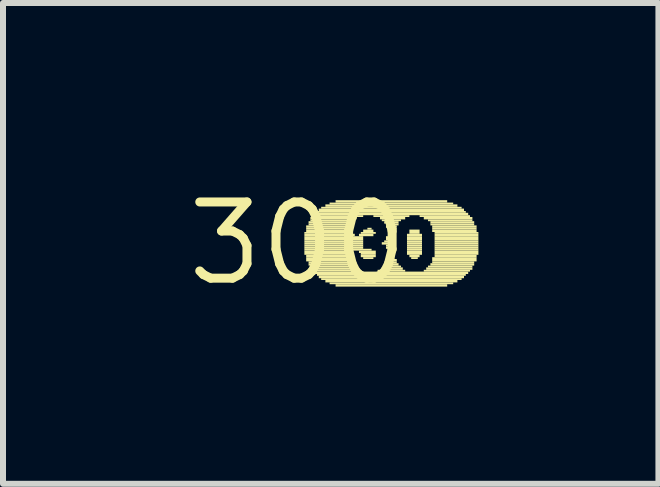
<source format=kicad_pcb>
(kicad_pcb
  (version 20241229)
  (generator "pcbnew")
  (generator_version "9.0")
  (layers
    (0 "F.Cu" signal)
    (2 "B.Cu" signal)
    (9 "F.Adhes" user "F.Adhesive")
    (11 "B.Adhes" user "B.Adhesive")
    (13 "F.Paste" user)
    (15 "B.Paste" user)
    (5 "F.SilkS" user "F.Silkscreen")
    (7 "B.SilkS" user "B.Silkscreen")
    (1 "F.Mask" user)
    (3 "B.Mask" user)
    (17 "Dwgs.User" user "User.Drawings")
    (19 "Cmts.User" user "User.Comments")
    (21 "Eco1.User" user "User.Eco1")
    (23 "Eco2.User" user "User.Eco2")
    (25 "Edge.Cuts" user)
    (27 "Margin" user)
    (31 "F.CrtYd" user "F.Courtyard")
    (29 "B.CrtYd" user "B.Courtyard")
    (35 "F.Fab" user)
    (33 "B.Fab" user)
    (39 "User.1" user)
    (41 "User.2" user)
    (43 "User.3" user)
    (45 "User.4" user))
  (footprint "300"
    (layer "F.Cu")
    (at 1.912 1.006)
    (property "Reference" "300" (at 0 0 0) (layer "F.SilkS") (effects (font (size 1.27 1.27) (thickness 0.15))))
    (fp_poly (pts (xy 0.11 -0.16) (xy 0.88 -0.16) (xy 0.88 -0.19) (xy 0.11 -0.19)) (stroke (width 0) (type solid)) (fill yes) (layer "F.SilkS"))
    (fp_poly (pts (xy 0.11 -0.12) (xy 0.95 -0.12) (xy 0.95 -0.16) (xy 0.11 -0.16)) (stroke (width 0) (type solid)) (fill yes) (layer "F.SilkS"))
    (fp_poly (pts (xy 0.11 -0.09) (xy 1.09 -0.09) (xy 1.09 -0.12) (xy 0.11 -0.12)) (stroke (width 0) (type solid)) (fill yes) (layer "F.SilkS"))
    (fp_poly (pts (xy 0.11 -0.05) (xy 1.09 -0.05) (xy 1.09 -0.09) (xy 0.11 -0.09)) (stroke (width 0) (type solid)) (fill yes) (layer "F.SilkS"))
    (fp_poly (pts (xy 0.11 -0.02) (xy 1.09 -0.02) (xy 1.09 -0.05) (xy 0.11 -0.05)) (stroke (width 0) (type solid)) (fill yes) (layer "F.SilkS"))
    (fp_poly (pts (xy 0.11 0.02) (xy 1.09 0.02) (xy 1.09 -0.02) (xy 0.11 -0.02)) (stroke (width 0) (type solid)) (fill yes) (layer "F.SilkS"))
    (fp_poly (pts (xy 0.11 0.05) (xy 1.09 0.05) (xy 1.09 0.02) (xy 0.11 0.02)) (stroke (width 0) (type solid)) (fill yes) (layer "F.SilkS"))
    (fp_poly (pts (xy 0.11 0.09) (xy 1.09 0.09) (xy 1.09 0.05) (xy 0.11 0.05)) (stroke (width 0) (type solid)) (fill yes) (layer "F.SilkS"))
    (fp_poly (pts (xy 0.11 0.12) (xy 1.23 0.12) (xy 1.23 0.09) (xy 0.11 0.09)) (stroke (width 0) (type solid)) (fill yes) (layer "F.SilkS"))
    (fp_poly (pts (xy 0.11 0.16) (xy 0.88 0.16) (xy 0.88 0.12) (xy 0.11 0.12)) (stroke (width 0) (type solid)) (fill yes) (layer "F.SilkS"))
    (fp_poly (pts (xy 0.11 0.19) (xy 0.84 0.19) (xy 0.84 0.16) (xy 0.11 0.16)) (stroke (width 0) (type solid)) (fill yes) (layer "F.SilkS"))
    (fp_poly (pts (xy 0.14 -0.26) (xy 0.88 -0.26) (xy 0.88 -0.3) (xy 0.14 -0.3)) (stroke (width 0) (type solid)) (fill yes) (layer "F.SilkS"))
    (fp_poly (pts (xy 0.14 -0.23) (xy 0.88 -0.23) (xy 0.88 -0.26) (xy 0.14 -0.26)) (stroke (width 0) (type solid)) (fill yes) (layer "F.SilkS"))
    (fp_poly (pts (xy 0.14 -0.19) (xy 0.88 -0.19) (xy 0.88 -0.23) (xy 0.14 -0.23)) (stroke (width 0) (type solid)) (fill yes) (layer "F.SilkS"))
    (fp_poly (pts (xy 0.14 0.23) (xy 0.84 0.23) (xy 0.84 0.19) (xy 0.14 0.19)) (stroke (width 0) (type solid)) (fill yes) (layer "F.SilkS"))
    (fp_poly (pts (xy 0.14 0.26) (xy 0.84 0.26) (xy 0.84 0.23) (xy 0.14 0.23)) (stroke (width 0) (type solid)) (fill yes) (layer "F.SilkS"))
    (fp_poly (pts (xy 0.14 0.3) (xy 0.84 0.3) (xy 0.84 0.26) (xy 0.14 0.26)) (stroke (width 0) (type solid)) (fill yes) (layer "F.SilkS"))
    (fp_poly (pts (xy 0.18 -0.33) (xy 0.91 -0.33) (xy 0.91 -0.37) (xy 0.18 -0.37)) (stroke (width 0) (type solid)) (fill yes) (layer "F.SilkS"))
    (fp_poly (pts (xy 0.18 -0.3) (xy 0.88 -0.3) (xy 0.88 -0.33) (xy 0.18 -0.33)) (stroke (width 0) (type solid)) (fill yes) (layer "F.SilkS"))
    (fp_poly (pts (xy 0.18 0.33) (xy 0.84 0.33) (xy 0.84 0.3) (xy 0.18 0.3)) (stroke (width 0) (type solid)) (fill yes) (layer "F.SilkS"))
    (fp_poly (pts (xy 0.18 0.37) (xy 0.88 0.37) (xy 0.88 0.33) (xy 0.18 0.33)) (stroke (width 0) (type solid)) (fill yes) (layer "F.SilkS"))
    (fp_poly (pts (xy 0.21 -0.4) (xy 0.98 -0.4) (xy 0.98 -0.44) (xy 0.21 -0.44)) (stroke (width 0) (type solid)) (fill yes) (layer "F.SilkS"))
    (fp_poly (pts (xy 0.21 -0.37) (xy 0.95 -0.37) (xy 0.95 -0.4) (xy 0.21 -0.4)) (stroke (width 0) (type solid)) (fill yes) (layer "F.SilkS"))
    (fp_poly (pts (xy 0.21 0.4) (xy 0.91 0.4) (xy 0.91 0.37) (xy 0.21 0.37)) (stroke (width 0) (type solid)) (fill yes) (layer "F.SilkS"))
    (fp_poly (pts (xy 0.21 0.44) (xy 0.95 0.44) (xy 0.95 0.4) (xy 0.21 0.4)) (stroke (width 0) (type solid)) (fill yes) (layer "F.SilkS"))
    (fp_poly (pts (xy 0.25 -0.44) (xy 1.09 -0.44) (xy 1.09 -0.47) (xy 0.25 -0.47)) (stroke (width 0) (type solid)) (fill yes) (layer "F.SilkS"))
    (fp_poly (pts (xy 0.25 0.47) (xy 1.02 0.47) (xy 1.02 0.44) (xy 0.25 0.44)) (stroke (width 0) (type solid)) (fill yes) (layer "F.SilkS"))
    (fp_poly (pts (xy 0.28 -0.47) (xy 2.84 -0.47) (xy 2.84 -0.51) (xy 0.28 -0.51)) (stroke (width 0) (type solid)) (fill yes) (layer "F.SilkS"))
    (fp_poly (pts (xy 0.28 0.51) (xy 2.84 0.51) (xy 2.84 0.47) (xy 0.28 0.47)) (stroke (width 0) (type solid)) (fill yes) (layer "F.SilkS"))
    (fp_poly (pts (xy 0.32 -0.51) (xy 2.8 -0.51) (xy 2.8 -0.54) (xy 0.32 -0.54)) (stroke (width 0) (type solid)) (fill yes) (layer "F.SilkS"))
    (fp_poly (pts (xy 0.32 0.54) (xy 2.8 0.54) (xy 2.8 0.51) (xy 0.32 0.51)) (stroke (width 0) (type solid)) (fill yes) (layer "F.SilkS"))
    (fp_poly (pts (xy 0.35 -0.54) (xy 2.77 -0.54) (xy 2.77 -0.58) (xy 0.35 -0.58)) (stroke (width 0) (type solid)) (fill yes) (layer "F.SilkS"))
    (fp_poly (pts (xy 0.35 0.58) (xy 2.77 0.58) (xy 2.77 0.54) (xy 0.35 0.54)) (stroke (width 0) (type solid)) (fill yes) (layer "F.SilkS"))
    (fp_poly (pts (xy 0.39 -0.58) (xy 2.73 -0.58) (xy 2.73 -0.61) (xy 0.39 -0.61)) (stroke (width 0) (type solid)) (fill yes) (layer "F.SilkS"))
    (fp_poly (pts (xy 0.39 0.61) (xy 2.73 0.61) (xy 2.73 0.58) (xy 0.39 0.58)) (stroke (width 0) (type solid)) (fill yes) (layer "F.SilkS"))
    (fp_poly (pts (xy 0.46 -0.61) (xy 2.66 -0.61) (xy 2.66 -0.65) (xy 0.46 -0.65)) (stroke (width 0) (type solid)) (fill yes) (layer "F.SilkS"))
    (fp_poly (pts (xy 0.46 0.65) (xy 2.66 0.65) (xy 2.66 0.61) (xy 0.46 0.61)) (stroke (width 0) (type solid)) (fill yes) (layer "F.SilkS"))
    (fp_poly (pts (xy 0.53 -0.65) (xy 2.59 -0.65) (xy 2.59 -0.68) (xy 0.53 -0.68)) (stroke (width 0) (type solid)) (fill yes) (layer "F.SilkS"))
    (fp_poly (pts (xy 0.53 0.68) (xy 2.59 0.68) (xy 2.59 0.65) (xy 0.53 0.65)) (stroke (width 0) (type solid)) (fill yes) (layer "F.SilkS"))
    (fp_poly (pts (xy 0.63 -0.68) (xy 2.49 -0.68) (xy 2.49 -0.72) (xy 0.63 -0.72)) (stroke (width 0) (type solid)) (fill yes) (layer "F.SilkS"))
    (fp_poly (pts (xy 0.63 0.72) (xy 2.49 0.72) (xy 2.49 0.68) (xy 0.63 0.68)) (stroke (width 0) (type solid)) (fill yes) (layer "F.SilkS"))
    (fp_poly (pts (xy 1.02 -0.12) (xy 1.26 -0.12) (xy 1.26 -0.16) (xy 1.02 -0.16)) (stroke (width 0) (type solid)) (fill yes) (layer "F.SilkS"))
    (fp_poly (pts (xy 1.02 0.16) (xy 1.3 0.16) (xy 1.3 0.12) (xy 1.02 0.12)) (stroke (width 0) (type solid)) (fill yes) (layer "F.SilkS"))
    (fp_poly (pts (xy 1.05 -0.16) (xy 1.3 -0.16) (xy 1.3 -0.19) (xy 1.05 -0.19)) (stroke (width 0) (type solid)) (fill yes) (layer "F.SilkS"))
    (fp_poly (pts (xy 1.05 0.19) (xy 1.3 0.19) (xy 1.3 0.16) (xy 1.05 0.16)) (stroke (width 0) (type solid)) (fill yes) (layer "F.SilkS"))
    (fp_poly (pts (xy 1.05 0.23) (xy 1.3 0.23) (xy 1.3 0.19) (xy 1.05 0.19)) (stroke (width 0) (type solid)) (fill yes) (layer "F.SilkS"))
    (fp_poly (pts (xy 1.09 -0.19) (xy 1.26 -0.19) (xy 1.26 -0.23) (xy 1.09 -0.23)) (stroke (width 0) (type solid)) (fill yes) (layer "F.SilkS"))
    (fp_poly (pts (xy 1.09 0.26) (xy 1.26 0.26) (xy 1.26 0.23) (xy 1.09 0.23)) (stroke (width 0) (type solid)) (fill yes) (layer "F.SilkS"))
    (fp_poly (pts (xy 1.16 -0.23) (xy 1.23 -0.23) (xy 1.23 -0.26) (xy 1.16 -0.26)) (stroke (width 0) (type solid)) (fill yes) (layer "F.SilkS"))
    (fp_poly (pts (xy 1.26 -0.44) (xy 1.86 -0.44) (xy 1.86 -0.47) (xy 1.26 -0.47)) (stroke (width 0) (type solid)) (fill yes) (layer "F.SilkS"))
    (fp_poly (pts (xy 1.33 0.47) (xy 1.79 0.47) (xy 1.79 0.44) (xy 1.33 0.44)) (stroke (width 0) (type solid)) (fill yes) (layer "F.SilkS"))
    (fp_poly (pts (xy 1.37 -0.4) (xy 1.79 -0.4) (xy 1.79 -0.44) (xy 1.37 -0.44)) (stroke (width 0) (type solid)) (fill yes) (layer "F.SilkS"))
    (fp_poly (pts (xy 1.4 -0.37) (xy 1.72 -0.37) (xy 1.72 -0.4) (xy 1.4 -0.4)) (stroke (width 0) (type solid)) (fill yes) (layer "F.SilkS"))
    (fp_poly (pts (xy 1.4 0.02) (xy 1.58 0.02) (xy 1.58 -0.02) (xy 1.4 -0.02)) (stroke (width 0) (type solid)) (fill yes) (layer "F.SilkS"))
    (fp_poly (pts (xy 1.4 0.44) (xy 1.75 0.44) (xy 1.75 0.4) (xy 1.4 0.4)) (stroke (width 0) (type solid)) (fill yes) (layer "F.SilkS"))
    (fp_poly (pts (xy 1.44 -0.33) (xy 1.68 -0.33) (xy 1.68 -0.37) (xy 1.44 -0.37)) (stroke (width 0) (type solid)) (fill yes) (layer "F.SilkS"))
    (fp_poly (pts (xy 1.44 -0.02) (xy 1.61 -0.02) (xy 1.61 -0.05) (xy 1.44 -0.05)) (stroke (width 0) (type solid)) (fill yes) (layer "F.SilkS"))
    (fp_poly (pts (xy 1.44 0.4) (xy 1.72 0.4) (xy 1.72 0.37) (xy 1.44 0.37)) (stroke (width 0) (type solid)) (fill yes) (layer "F.SilkS"))
    (fp_poly (pts (xy 1.47 -0.3) (xy 1.68 -0.3) (xy 1.68 -0.33) (xy 1.47 -0.33)) (stroke (width 0) (type solid)) (fill yes) (layer "F.SilkS"))
    (fp_poly (pts (xy 1.47 -0.26) (xy 1.65 -0.26) (xy 1.65 -0.3) (xy 1.47 -0.3)) (stroke (width 0) (type solid)) (fill yes) (layer "F.SilkS"))
    (fp_poly (pts (xy 1.47 -0.09) (xy 1.61 -0.09) (xy 1.61 -0.12) (xy 1.47 -0.12)) (stroke (width 0) (type solid)) (fill yes) (layer "F.SilkS"))
    (fp_poly (pts (xy 1.47 -0.05) (xy 1.61 -0.05) (xy 1.61 -0.09) (xy 1.47 -0.09)) (stroke (width 0) (type solid)) (fill yes) (layer "F.SilkS"))
    (fp_poly (pts (xy 1.47 0.05) (xy 1.58 0.05) (xy 1.58 0.02) (xy 1.47 0.02)) (stroke (width 0) (type solid)) (fill yes) (layer "F.SilkS"))
    (fp_poly (pts (xy 1.47 0.09) (xy 1.61 0.09) (xy 1.61 0.05) (xy 1.47 0.05)) (stroke (width 0) (type solid)) (fill yes) (layer "F.SilkS"))
    (fp_poly (pts (xy 1.47 0.37) (xy 1.68 0.37) (xy 1.68 0.33) (xy 1.47 0.33)) (stroke (width 0) (type solid)) (fill yes) (layer "F.SilkS"))
    (fp_poly (pts (xy 1.51 -0.23) (xy 1.65 -0.23) (xy 1.65 -0.26) (xy 1.51 -0.26)) (stroke (width 0) (type solid)) (fill yes) (layer "F.SilkS"))
    (fp_poly (pts (xy 1.51 -0.19) (xy 1.61 -0.19) (xy 1.61 -0.23) (xy 1.51 -0.23)) (stroke (width 0) (type solid)) (fill yes) (layer "F.SilkS"))
    (fp_poly (pts (xy 1.51 -0.16) (xy 1.61 -0.16) (xy 1.61 -0.19) (xy 1.51 -0.19)) (stroke (width 0) (type solid)) (fill yes) (layer "F.SilkS"))
    (fp_poly (pts (xy 1.51 -0.12) (xy 1.61 -0.12) (xy 1.61 -0.16) (xy 1.51 -0.16)) (stroke (width 0) (type solid)) (fill yes) (layer "F.SilkS"))
    (fp_poly (pts (xy 1.51 0.12) (xy 1.61 0.12) (xy 1.61 0.09) (xy 1.51 0.09)) (stroke (width 0) (type solid)) (fill yes) (layer "F.SilkS"))
    (fp_poly (pts (xy 1.51 0.16) (xy 1.61 0.16) (xy 1.61 0.12) (xy 1.51 0.12)) (stroke (width 0) (type solid)) (fill yes) (layer "F.SilkS"))
    (fp_poly (pts (xy 1.51 0.19) (xy 1.61 0.19) (xy 1.61 0.16) (xy 1.51 0.16)) (stroke (width 0) (type solid)) (fill yes) (layer "F.SilkS"))
    (fp_poly (pts (xy 1.51 0.23) (xy 1.61 0.23) (xy 1.61 0.19) (xy 1.51 0.19)) (stroke (width 0) (type solid)) (fill yes) (layer "F.SilkS"))
    (fp_poly (pts (xy 1.51 0.26) (xy 1.61 0.26) (xy 1.61 0.23) (xy 1.51 0.23)) (stroke (width 0) (type solid)) (fill yes) (layer "F.SilkS"))
    (fp_poly (pts (xy 1.51 0.3) (xy 1.65 0.3) (xy 1.65 0.26) (xy 1.51 0.26)) (stroke (width 0) (type solid)) (fill yes) (layer "F.SilkS"))
    (fp_poly (pts (xy 1.51 0.33) (xy 1.65 0.33) (xy 1.65 0.3) (xy 1.51 0.3)) (stroke (width 0) (type solid)) (fill yes) (layer "F.SilkS"))
    (fp_poly (pts (xy 1.82 -0.12) (xy 2.07 -0.12) (xy 2.07 -0.16) (xy 1.82 -0.16)) (stroke (width 0) (type solid)) (fill yes) (layer "F.SilkS"))
    (fp_poly (pts (xy 1.82 -0.09) (xy 2.07 -0.09) (xy 2.07 -0.12) (xy 1.82 -0.12)) (stroke (width 0) (type solid)) (fill yes) (layer "F.SilkS"))
    (fp_poly (pts (xy 1.82 -0.05) (xy 2.07 -0.05) (xy 2.07 -0.09) (xy 1.82 -0.09)) (stroke (width 0) (type solid)) (fill yes) (layer "F.SilkS"))
    (fp_poly (pts (xy 1.82 -0.02) (xy 2.07 -0.02) (xy 2.07 -0.05) (xy 1.82 -0.05)) (stroke (width 0) (type solid)) (fill yes) (layer "F.SilkS"))
    (fp_poly (pts (xy 1.82 0.02) (xy 2.07 0.02) (xy 2.07 -0.02) (xy 1.82 -0.02)) (stroke (width 0) (type solid)) (fill yes) (layer "F.SilkS"))
    (fp_poly (pts (xy 1.82 0.05) (xy 2.07 0.05) (xy 2.07 0.02) (xy 1.82 0.02)) (stroke (width 0) (type solid)) (fill yes) (layer "F.SilkS"))
    (fp_poly (pts (xy 1.82 0.09) (xy 2.07 0.09) (xy 2.07 0.05) (xy 1.82 0.05)) (stroke (width 0) (type solid)) (fill yes) (layer "F.SilkS"))
    (fp_poly (pts (xy 1.82 0.12) (xy 2.07 0.12) (xy 2.07 0.09) (xy 1.82 0.09)) (stroke (width 0) (type solid)) (fill yes) (layer "F.SilkS"))
    (fp_poly (pts (xy 1.82 0.16) (xy 2.07 0.16) (xy 2.07 0.12) (xy 1.82 0.12)) (stroke (width 0) (type solid)) (fill yes) (layer "F.SilkS"))
    (fp_poly (pts (xy 1.82 0.19) (xy 2.07 0.19) (xy 2.07 0.16) (xy 1.82 0.16)) (stroke (width 0) (type solid)) (fill yes) (layer "F.SilkS"))
    (fp_poly (pts (xy 1.86 -0.19) (xy 2.03 -0.19) (xy 2.03 -0.23) (xy 1.86 -0.23)) (stroke (width 0) (type solid)) (fill yes) (layer "F.SilkS"))
    (fp_poly (pts (xy 1.86 -0.16) (xy 2.03 -0.16) (xy 2.03 -0.19) (xy 1.86 -0.19)) (stroke (width 0) (type solid)) (fill yes) (layer "F.SilkS"))
    (fp_poly (pts (xy 1.86 0.23) (xy 2.03 0.23) (xy 2.03 0.19) (xy 1.86 0.19)) (stroke (width 0) (type solid)) (fill yes) (layer "F.SilkS"))
    (fp_poly (pts (xy 1.89 0.26) (xy 2 0.26) (xy 2 0.23) (xy 1.89 0.23)) (stroke (width 0) (type solid)) (fill yes) (layer "F.SilkS"))
    (fp_poly (pts (xy 2.03 -0.44) (xy 2.87 -0.44) (xy 2.87 -0.47) (xy 2.03 -0.47)) (stroke (width 0) (type solid)) (fill yes) (layer "F.SilkS"))
    (fp_poly (pts (xy 2.1 -0.4) (xy 2.91 -0.4) (xy 2.91 -0.44) (xy 2.1 -0.44)) (stroke (width 0) (type solid)) (fill yes) (layer "F.SilkS"))
    (fp_poly (pts (xy 2.1 0.47) (xy 2.87 0.47) (xy 2.87 0.44) (xy 2.1 0.44)) (stroke (width 0) (type solid)) (fill yes) (layer "F.SilkS"))
    (fp_poly (pts (xy 2.14 0.44) (xy 2.91 0.44) (xy 2.91 0.4) (xy 2.14 0.4)) (stroke (width 0) (type solid)) (fill yes) (layer "F.SilkS"))
    (fp_poly (pts (xy 2.17 -0.37) (xy 2.91 -0.37) (xy 2.91 -0.4) (xy 2.17 -0.4)) (stroke (width 0) (type solid)) (fill yes) (layer "F.SilkS"))
    (fp_poly (pts (xy 2.17 0.4) (xy 2.91 0.4) (xy 2.91 0.37) (xy 2.17 0.37)) (stroke (width 0) (type solid)) (fill yes) (layer "F.SilkS"))
    (fp_poly (pts (xy 2.21 -0.33) (xy 2.94 -0.33) (xy 2.94 -0.37) (xy 2.21 -0.37)) (stroke (width 0) (type solid)) (fill yes) (layer "F.SilkS"))
    (fp_poly (pts (xy 2.21 -0.3) (xy 2.94 -0.3) (xy 2.94 -0.33) (xy 2.21 -0.33)) (stroke (width 0) (type solid)) (fill yes) (layer "F.SilkS"))
    (fp_poly (pts (xy 2.21 0.37) (xy 2.94 0.37) (xy 2.94 0.33) (xy 2.21 0.33)) (stroke (width 0) (type solid)) (fill yes) (layer "F.SilkS"))
    (fp_poly (pts (xy 2.24 -0.26) (xy 2.98 -0.26) (xy 2.98 -0.3) (xy 2.24 -0.3)) (stroke (width 0) (type solid)) (fill yes) (layer "F.SilkS"))
    (fp_poly (pts (xy 2.24 -0.23) (xy 2.98 -0.23) (xy 2.98 -0.26) (xy 2.24 -0.26)) (stroke (width 0) (type solid)) (fill yes) (layer "F.SilkS"))
    (fp_poly (pts (xy 2.24 -0.19) (xy 2.98 -0.19) (xy 2.98 -0.23) (xy 2.24 -0.23)) (stroke (width 0) (type solid)) (fill yes) (layer "F.SilkS"))
    (fp_poly (pts (xy 2.24 0.26) (xy 2.98 0.26) (xy 2.98 0.23) (xy 2.24 0.23)) (stroke (width 0) (type solid)) (fill yes) (layer "F.SilkS"))
    (fp_poly (pts (xy 2.24 0.3) (xy 2.98 0.3) (xy 2.98 0.26) (xy 2.24 0.26)) (stroke (width 0) (type solid)) (fill yes) (layer "F.SilkS"))
    (fp_poly (pts (xy 2.24 0.33) (xy 2.94 0.33) (xy 2.94 0.3) (xy 2.24 0.3)) (stroke (width 0) (type solid)) (fill yes) (layer "F.SilkS"))
    (fp_poly (pts (xy 2.28 -0.16) (xy 3.01 -0.16) (xy 3.01 -0.19) (xy 2.28 -0.19)) (stroke (width 0) (type solid)) (fill yes) (layer "F.SilkS"))
    (fp_poly (pts (xy 2.28 -0.12) (xy 3.01 -0.12) (xy 3.01 -0.16) (xy 2.28 -0.16)) (stroke (width 0) (type solid)) (fill yes) (layer "F.SilkS"))
    (fp_poly (pts (xy 2.28 -0.09) (xy 3.01 -0.09) (xy 3.01 -0.12) (xy 2.28 -0.12)) (stroke (width 0) (type solid)) (fill yes) (layer "F.SilkS"))
    (fp_poly (pts (xy 2.28 -0.05) (xy 3.01 -0.05) (xy 3.01 -0.09) (xy 2.28 -0.09)) (stroke (width 0) (type solid)) (fill yes) (layer "F.SilkS"))
    (fp_poly (pts (xy 2.28 -0.02) (xy 3.01 -0.02) (xy 3.01 -0.05) (xy 2.28 -0.05)) (stroke (width 0) (type solid)) (fill yes) (layer "F.SilkS"))
    (fp_poly (pts (xy 2.28 0.02) (xy 3.01 0.02) (xy 3.01 -0.02) (xy 2.28 -0.02)) (stroke (width 0) (type solid)) (fill yes) (layer "F.SilkS"))
    (fp_poly (pts (xy 2.28 0.05) (xy 3.01 0.05) (xy 3.01 0.02) (xy 2.28 0.02)) (stroke (width 0) (type solid)) (fill yes) (layer "F.SilkS"))
    (fp_poly (pts (xy 2.28 0.09) (xy 3.01 0.09) (xy 3.01 0.05) (xy 2.28 0.05)) (stroke (width 0) (type solid)) (fill yes) (layer "F.SilkS"))
    (fp_poly (pts (xy 2.28 0.12) (xy 3.01 0.12) (xy 3.01 0.09) (xy 2.28 0.09)) (stroke (width 0) (type solid)) (fill yes) (layer "F.SilkS"))
    (fp_poly (pts (xy 2.28 0.16) (xy 3.01 0.16) (xy 3.01 0.12) (xy 2.28 0.12)) (stroke (width 0) (type solid)) (fill yes) (layer "F.SilkS"))
    (fp_poly (pts (xy 2.28 0.19) (xy 3.01 0.19) (xy 3.01 0.16) (xy 2.28 0.16)) (stroke (width 0) (type solid)) (fill yes) (layer "F.SilkS"))
    (fp_poly (pts (xy 2.28 0.23) (xy 2.98 0.23) (xy 2.98 0.19) (xy 2.28 0.19)) (stroke (width 0) (type solid)) (fill yes) (layer "F.SilkS")))
  (gr_rect
    (start -3 -3)
    (end 7.922 5.012)
    (stroke (width 0.1) (type default))
    (fill no)
    (layer "Edge.Cuts")))
</source>
